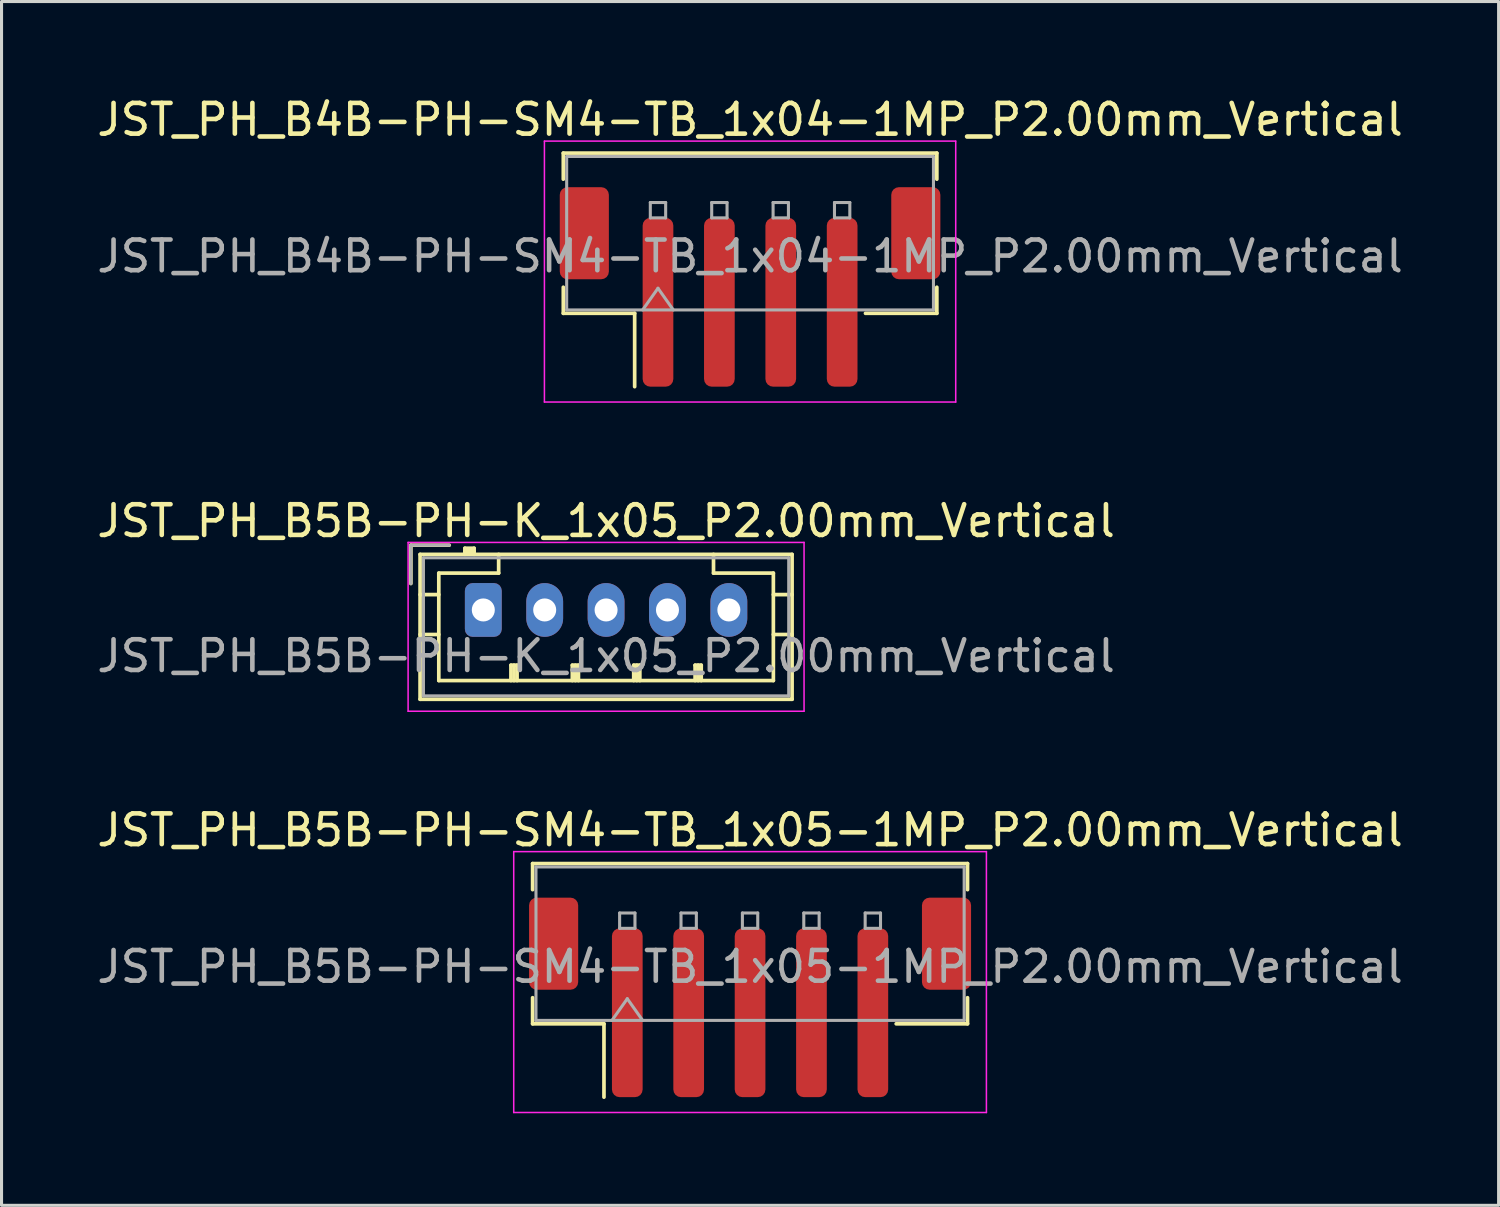
<source format=kicad_pcb>
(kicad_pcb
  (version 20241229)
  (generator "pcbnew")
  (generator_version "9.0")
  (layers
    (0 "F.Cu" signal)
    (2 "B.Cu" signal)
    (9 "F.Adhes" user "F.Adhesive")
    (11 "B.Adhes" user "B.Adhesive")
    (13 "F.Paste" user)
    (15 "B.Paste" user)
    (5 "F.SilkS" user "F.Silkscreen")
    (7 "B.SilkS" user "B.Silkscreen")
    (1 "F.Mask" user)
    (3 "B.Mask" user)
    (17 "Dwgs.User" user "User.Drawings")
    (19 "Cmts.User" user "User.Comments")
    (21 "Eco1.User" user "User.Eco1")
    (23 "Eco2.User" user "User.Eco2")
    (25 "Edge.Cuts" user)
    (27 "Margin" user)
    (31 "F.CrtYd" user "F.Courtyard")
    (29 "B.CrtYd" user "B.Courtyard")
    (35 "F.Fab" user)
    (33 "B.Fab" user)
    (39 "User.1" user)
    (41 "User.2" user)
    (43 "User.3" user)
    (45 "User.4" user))
  (footprint "JST_PH_B5B-PH-K_1x05_P2.00mm_Vertical"
    (layer "F.Cu")
    (at 12.696 16.822)
    (property "Reference" "JST_PH_B5B-PH-K_1x05_P2.00mm_Vertical" (at 4 -2.9 0) (layer "F.SilkS") (effects (font (size 1 1) (thickness 0.15))))
    (attr through_hole)
    (fp_line (start -2.36 -2.11) (end -2.36 -0.86) (stroke (width 0.12) (type solid)) (layer "F.SilkS"))
    (fp_line (start -2.06 -1.81) (end -2.06 2.91) (stroke (width 0.12) (type solid)) (layer "F.SilkS"))
    (fp_line (start -2.06 -0.5) (end -1.45 -0.5) (stroke (width 0.12) (type solid)) (layer "F.SilkS"))
    (fp_line (start -2.06 0.8) (end -1.45 0.8) (stroke (width 0.12) (type solid)) (layer "F.SilkS"))
    (fp_line (start -2.06 2.91) (end 10.06 2.91) (stroke (width 0.12) (type solid)) (layer "F.SilkS"))
    (fp_line (start -1.45 -1.2) (end -1.45 2.3) (stroke (width 0.12) (type solid)) (layer "F.SilkS"))
    (fp_line (start -1.45 2.3) (end 9.45 2.3) (stroke (width 0.12) (type solid)) (layer "F.SilkS"))
    (fp_line (start -1.11 -2.11) (end -2.36 -2.11) (stroke (width 0.12) (type solid)) (layer "F.SilkS"))
    (fp_line (start -0.6 -2.01) (end -0.6 -1.81) (stroke (width 0.12) (type solid)) (layer "F.SilkS"))
    (fp_line (start -0.3 -2.01) (end -0.6 -2.01) (stroke (width 0.12) (type solid)) (layer "F.SilkS"))
    (fp_line (start -0.3 -1.91) (end -0.6 -1.91) (stroke (width 0.12) (type solid)) (layer "F.SilkS"))
    (fp_line (start -0.3 -1.81) (end -0.3 -2.01) (stroke (width 0.12) (type solid)) (layer "F.SilkS"))
    (fp_line (start 0.5 -1.81) (end 0.5 -1.2) (stroke (width 0.12) (type solid)) (layer "F.SilkS"))
    (fp_line (start 0.5 -1.2) (end -1.45 -1.2) (stroke (width 0.12) (type solid)) (layer "F.SilkS"))
    (fp_line (start 0.9 1.8) (end 1.1 1.8) (stroke (width 0.12) (type solid)) (layer "F.SilkS"))
    (fp_line (start 0.9 2.3) (end 0.9 1.8) (stroke (width 0.12) (type solid)) (layer "F.SilkS"))
    (fp_line (start 1 2.3) (end 1 1.8) (stroke (width 0.12) (type solid)) (layer "F.SilkS"))
    (fp_line (start 1.1 1.8) (end 1.1 2.3) (stroke (width 0.12) (type solid)) (layer "F.SilkS"))
    (fp_line (start 2.9 1.8) (end 3.1 1.8) (stroke (width 0.12) (type solid)) (layer "F.SilkS"))
    (fp_line (start 2.9 2.3) (end 2.9 1.8) (stroke (width 0.12) (type solid)) (layer "F.SilkS"))
    (fp_line (start 3 2.3) (end 3 1.8) (stroke (width 0.12) (type solid)) (layer "F.SilkS"))
    (fp_line (start 3.1 1.8) (end 3.1 2.3) (stroke (width 0.12) (type solid)) (layer "F.SilkS"))
    (fp_line (start 4.9 1.8) (end 5.1 1.8) (stroke (width 0.12) (type solid)) (layer "F.SilkS"))
    (fp_line (start 4.9 2.3) (end 4.9 1.8) (stroke (width 0.12) (type solid)) (layer "F.SilkS"))
    (fp_line (start 5 2.3) (end 5 1.8) (stroke (width 0.12) (type solid)) (layer "F.SilkS"))
    (fp_line (start 5.1 1.8) (end 5.1 2.3) (stroke (width 0.12) (type solid)) (layer "F.SilkS"))
    (fp_line (start 6.9 1.8) (end 7.1 1.8) (stroke (width 0.12) (type solid)) (layer "F.SilkS"))
    (fp_line (start 6.9 2.3) (end 6.9 1.8) (stroke (width 0.12) (type solid)) (layer "F.SilkS"))
    (fp_line (start 7 2.3) (end 7 1.8) (stroke (width 0.12) (type solid)) (layer "F.SilkS"))
    (fp_line (start 7.1 1.8) (end 7.1 2.3) (stroke (width 0.12) (type solid)) (layer "F.SilkS"))
    (fp_line (start 7.5 -1.2) (end 7.5 -1.81) (stroke (width 0.12) (type solid)) (layer "F.SilkS"))
    (fp_line (start 9.45 -1.2) (end 7.5 -1.2) (stroke (width 0.12) (type solid)) (layer "F.SilkS"))
    (fp_line (start 9.45 2.3) (end 9.45 -1.2) (stroke (width 0.12) (type solid)) (layer "F.SilkS"))
    (fp_line (start 10.06 -1.81) (end -2.06 -1.81) (stroke (width 0.12) (type solid)) (layer "F.SilkS"))
    (fp_line (start 10.06 -0.5) (end 9.45 -0.5) (stroke (width 0.12) (type solid)) (layer "F.SilkS"))
    (fp_line (start 10.06 0.8) (end 9.45 0.8) (stroke (width 0.12) (type solid)) (layer "F.SilkS"))
    (fp_line (start 10.06 2.91) (end 10.06 -1.81) (stroke (width 0.12) (type solid)) (layer "F.SilkS"))
    (fp_line (start -2.45 -2.2) (end -2.45 3.3) (stroke (width 0.05) (type solid)) (layer "F.CrtYd"))
    (fp_line (start -2.45 3.3) (end 10.45 3.3) (stroke (width 0.05) (type solid)) (layer "F.CrtYd"))
    (fp_line (start 10.45 -2.2) (end -2.45 -2.2) (stroke (width 0.05) (type solid)) (layer "F.CrtYd"))
    (fp_line (start 10.45 3.3) (end 10.45 -2.2) (stroke (width 0.05) (type solid)) (layer "F.CrtYd"))
    (fp_line (start -2.36 -2.11) (end -2.36 -0.86) (stroke (width 0.1) (type solid)) (layer "F.Fab"))
    (fp_line (start -1.95 -1.7) (end -1.95 2.8) (stroke (width 0.1) (type solid)) (layer "F.Fab"))
    (fp_line (start -1.95 2.8) (end 9.95 2.8) (stroke (width 0.1) (type solid)) (layer "F.Fab"))
    (fp_line (start -1.11 -2.11) (end -2.36 -2.11) (stroke (width 0.1) (type solid)) (layer "F.Fab"))
    (fp_line (start 9.95 -1.7) (end -1.95 -1.7) (stroke (width 0.1) (type solid)) (layer "F.Fab"))
    (fp_line (start 9.95 2.8) (end 9.95 -1.7) (stroke (width 0.1) (type solid)) (layer "F.Fab"))
    (fp_text user "${REFERENCE}" (at 4 1.5 0) (layer "F.Fab") (effects (font (size 1 1) (thickness 0.15))))
    (pad "1" thru_hole roundrect (at 0 0) (size 1.2 1.75) (drill 0.75) (layers "*.Cu" "*.Mask") (roundrect_rratio 0.208))
    (pad "2" thru_hole oval (at 2 0) (size 1.2 1.75) (drill 0.75) (layers "*.Cu" "*.Mask"))
    (pad "3" thru_hole oval (at 4 0) (size 1.2 1.75) (drill 0.75) (layers "*.Cu" "*.Mask"))
    (pad "4" thru_hole oval (at 6 0) (size 1.2 1.75) (drill 0.75) (layers "*.Cu" "*.Mask"))
    (pad "5" thru_hole oval (at 8 0) (size 1.2 1.75) (drill 0.75) (layers "*.Cu" "*.Mask")))
  (footprint "JST_PH_B4B-PH-SM4-TB_1x04-1MP_P2.00mm_Vertical"
    (layer "F.Cu")
    (at 21.387 6.298)
    (property "Reference" "JST_PH_B4B-PH-SM4-TB_1x04-1MP_P2.00mm_Vertical" (at 0 -5.45 0) (layer "F.SilkS") (effects (font (size 1 1) (thickness 0.15))))
    (attr smd)
    (fp_line (start -6.085 -4.36) (end 6.085 -4.36) (stroke (width 0.12) (type solid)) (layer "F.SilkS"))
    (fp_line (start -6.085 -3.51) (end -6.085 -4.36) (stroke (width 0.12) (type solid)) (layer "F.SilkS"))
    (fp_line (start -6.085 0.01) (end -6.085 0.86) (stroke (width 0.12) (type solid)) (layer "F.SilkS"))
    (fp_line (start -6.085 0.86) (end -3.76 0.86) (stroke (width 0.12) (type solid)) (layer "F.SilkS"))
    (fp_line (start -3.76 0.86) (end -3.76 3.25) (stroke (width 0.12) (type solid)) (layer "F.SilkS"))
    (fp_line (start 6.085 -4.36) (end 6.085 -3.51) (stroke (width 0.12) (type solid)) (layer "F.SilkS"))
    (fp_line (start 6.085 0.01) (end 6.085 0.86) (stroke (width 0.12) (type solid)) (layer "F.SilkS"))
    (fp_line (start 6.085 0.86) (end 3.76 0.86) (stroke (width 0.12) (type solid)) (layer "F.SilkS"))
    (fp_line (start -6.7 -4.75) (end -6.7 3.75) (stroke (width 0.05) (type solid)) (layer "F.CrtYd"))
    (fp_line (start -6.7 3.75) (end 6.7 3.75) (stroke (width 0.05) (type solid)) (layer "F.CrtYd"))
    (fp_line (start 6.7 -4.75) (end -6.7 -4.75) (stroke (width 0.05) (type solid)) (layer "F.CrtYd"))
    (fp_line (start 6.7 3.75) (end 6.7 -4.75) (stroke (width 0.05) (type solid)) (layer "F.CrtYd"))
    (fp_line (start -5.975 -4.25) (end 5.975 -4.25) (stroke (width 0.1) (type solid)) (layer "F.Fab"))
    (fp_line (start -5.975 0.75) (end -5.975 -4.25) (stroke (width 0.1) (type solid)) (layer "F.Fab"))
    (fp_line (start -5.975 0.75) (end 5.975 0.75) (stroke (width 0.1) (type solid)) (layer "F.Fab"))
    (fp_line (start -3.5 0.75) (end -3 0.043) (stroke (width 0.1) (type solid)) (layer "F.Fab"))
    (fp_line (start -3.25 -2.75) (end -3.25 -2.25) (stroke (width 0.1) (type solid)) (layer "F.Fab"))
    (fp_line (start -3.25 -2.25) (end -2.75 -2.25) (stroke (width 0.1) (type solid)) (layer "F.Fab"))
    (fp_line (start -3 0.043) (end -2.5 0.75) (stroke (width 0.1) (type solid)) (layer "F.Fab"))
    (fp_line (start -2.75 -2.75) (end -3.25 -2.75) (stroke (width 0.1) (type solid)) (layer "F.Fab"))
    (fp_line (start -2.75 -2.25) (end -2.75 -2.75) (stroke (width 0.1) (type solid)) (layer "F.Fab"))
    (fp_line (start -1.25 -2.75) (end -1.25 -2.25) (stroke (width 0.1) (type solid)) (layer "F.Fab"))
    (fp_line (start -1.25 -2.25) (end -0.75 -2.25) (stroke (width 0.1) (type solid)) (layer "F.Fab"))
    (fp_line (start -0.75 -2.75) (end -1.25 -2.75) (stroke (width 0.1) (type solid)) (layer "F.Fab"))
    (fp_line (start -0.75 -2.25) (end -0.75 -2.75) (stroke (width 0.1) (type solid)) (layer "F.Fab"))
    (fp_line (start 0.75 -2.75) (end 0.75 -2.25) (stroke (width 0.1) (type solid)) (layer "F.Fab"))
    (fp_line (start 0.75 -2.25) (end 1.25 -2.25) (stroke (width 0.1) (type solid)) (layer "F.Fab"))
    (fp_line (start 1.25 -2.75) (end 0.75 -2.75) (stroke (width 0.1) (type solid)) (layer "F.Fab"))
    (fp_line (start 1.25 -2.25) (end 1.25 -2.75) (stroke (width 0.1) (type solid)) (layer "F.Fab"))
    (fp_line (start 2.75 -2.75) (end 2.75 -2.25) (stroke (width 0.1) (type solid)) (layer "F.Fab"))
    (fp_line (start 2.75 -2.25) (end 3.25 -2.25) (stroke (width 0.1) (type solid)) (layer "F.Fab"))
    (fp_line (start 3.25 -2.75) (end 2.75 -2.75) (stroke (width 0.1) (type solid)) (layer "F.Fab"))
    (fp_line (start 3.25 -2.25) (end 3.25 -2.75) (stroke (width 0.1) (type solid)) (layer "F.Fab"))
    (fp_line (start 5.975 0.75) (end 5.975 -4.25) (stroke (width 0.1) (type solid)) (layer "F.Fab"))
    (fp_text user "${REFERENCE}" (at 0 -1 0) (layer "F.Fab") (effects (font (size 1 1) (thickness 0.15))))
    (pad "1" smd roundrect (at -3 0.5) (size 1 5.5) (layers "F.Cu" "F.Mask" "F.Paste") (roundrect_rratio 0.25))
    (pad "2" smd roundrect (at -1 0.5) (size 1 5.5) (layers "F.Cu" "F.Mask" "F.Paste") (roundrect_rratio 0.25))
    (pad "3" smd roundrect (at 1 0.5) (size 1 5.5) (layers "F.Cu" "F.Mask" "F.Paste") (roundrect_rratio 0.25))
    (pad "4" smd roundrect (at 3 0.5) (size 1 5.5) (layers "F.Cu" "F.Mask" "F.Paste") (roundrect_rratio 0.25))
    (pad "MP" smd roundrect (at -5.4 -1.75) (size 1.6 3) (layers "F.Cu" "F.Mask" "F.Paste") (roundrect_rratio 0.156))
    (pad "MP" smd roundrect (at 5.4 -1.75) (size 1.6 3) (layers "F.Cu" "F.Mask" "F.Paste") (roundrect_rratio 0.156)))
  (footprint "JST_PH_B5B-PH-SM4-TB_1x05-1MP_P2.00mm_Vertical"
    (layer "F.Cu")
    (at 21.387 29.445)
    (property "Reference" "JST_PH_B5B-PH-SM4-TB_1x05-1MP_P2.00mm_Vertical" (at 0 -5.45 0) (layer "F.SilkS") (effects (font (size 1 1) (thickness 0.15))))
    (attr smd)
    (fp_line (start -7.085 -4.36) (end 7.085 -4.36) (stroke (width 0.12) (type solid)) (layer "F.SilkS"))
    (fp_line (start -7.085 -3.51) (end -7.085 -4.36) (stroke (width 0.12) (type solid)) (layer "F.SilkS"))
    (fp_line (start -7.085 0.01) (end -7.085 0.86) (stroke (width 0.12) (type solid)) (layer "F.SilkS"))
    (fp_line (start -7.085 0.86) (end -4.76 0.86) (stroke (width 0.12) (type solid)) (layer "F.SilkS"))
    (fp_line (start -4.76 0.86) (end -4.76 3.25) (stroke (width 0.12) (type solid)) (layer "F.SilkS"))
    (fp_line (start 7.085 -4.36) (end 7.085 -3.51) (stroke (width 0.12) (type solid)) (layer "F.SilkS"))
    (fp_line (start 7.085 0.01) (end 7.085 0.86) (stroke (width 0.12) (type solid)) (layer "F.SilkS"))
    (fp_line (start 7.085 0.86) (end 4.76 0.86) (stroke (width 0.12) (type solid)) (layer "F.SilkS"))
    (fp_line (start -7.7 -4.75) (end -7.7 3.75) (stroke (width 0.05) (type solid)) (layer "F.CrtYd"))
    (fp_line (start -7.7 3.75) (end 7.7 3.75) (stroke (width 0.05) (type solid)) (layer "F.CrtYd"))
    (fp_line (start 7.7 -4.75) (end -7.7 -4.75) (stroke (width 0.05) (type solid)) (layer "F.CrtYd"))
    (fp_line (start 7.7 3.75) (end 7.7 -4.75) (stroke (width 0.05) (type solid)) (layer "F.CrtYd"))
    (fp_line (start -6.975 -4.25) (end 6.975 -4.25) (stroke (width 0.1) (type solid)) (layer "F.Fab"))
    (fp_line (start -6.975 0.75) (end -6.975 -4.25) (stroke (width 0.1) (type solid)) (layer "F.Fab"))
    (fp_line (start -6.975 0.75) (end 6.975 0.75) (stroke (width 0.1) (type solid)) (layer "F.Fab"))
    (fp_line (start -4.5 0.75) (end -4 0.043) (stroke (width 0.1) (type solid)) (layer "F.Fab"))
    (fp_line (start -4.25 -2.75) (end -4.25 -2.25) (stroke (width 0.1) (type solid)) (layer "F.Fab"))
    (fp_line (start -4.25 -2.25) (end -3.75 -2.25) (stroke (width 0.1) (type solid)) (layer "F.Fab"))
    (fp_line (start -4 0.043) (end -3.5 0.75) (stroke (width 0.1) (type solid)) (layer "F.Fab"))
    (fp_line (start -3.75 -2.75) (end -4.25 -2.75) (stroke (width 0.1) (type solid)) (layer "F.Fab"))
    (fp_line (start -3.75 -2.25) (end -3.75 -2.75) (stroke (width 0.1) (type solid)) (layer "F.Fab"))
    (fp_line (start -2.25 -2.75) (end -2.25 -2.25) (stroke (width 0.1) (type solid)) (layer "F.Fab"))
    (fp_line (start -2.25 -2.25) (end -1.75 -2.25) (stroke (width 0.1) (type solid)) (layer "F.Fab"))
    (fp_line (start -1.75 -2.75) (end -2.25 -2.75) (stroke (width 0.1) (type solid)) (layer "F.Fab"))
    (fp_line (start -1.75 -2.25) (end -1.75 -2.75) (stroke (width 0.1) (type solid)) (layer "F.Fab"))
    (fp_line (start -0.25 -2.75) (end -0.25 -2.25) (stroke (width 0.1) (type solid)) (layer "F.Fab"))
    (fp_line (start -0.25 -2.25) (end 0.25 -2.25) (stroke (width 0.1) (type solid)) (layer "F.Fab"))
    (fp_line (start 0.25 -2.75) (end -0.25 -2.75) (stroke (width 0.1) (type solid)) (layer "F.Fab"))
    (fp_line (start 0.25 -2.25) (end 0.25 -2.75) (stroke (width 0.1) (type solid)) (layer "F.Fab"))
    (fp_line (start 1.75 -2.75) (end 1.75 -2.25) (stroke (width 0.1) (type solid)) (layer "F.Fab"))
    (fp_line (start 1.75 -2.25) (end 2.25 -2.25) (stroke (width 0.1) (type solid)) (layer "F.Fab"))
    (fp_line (start 2.25 -2.75) (end 1.75 -2.75) (stroke (width 0.1) (type solid)) (layer "F.Fab"))
    (fp_line (start 2.25 -2.25) (end 2.25 -2.75) (stroke (width 0.1) (type solid)) (layer "F.Fab"))
    (fp_line (start 3.75 -2.75) (end 3.75 -2.25) (stroke (width 0.1) (type solid)) (layer "F.Fab"))
    (fp_line (start 3.75 -2.25) (end 4.25 -2.25) (stroke (width 0.1) (type solid)) (layer "F.Fab"))
    (fp_line (start 4.25 -2.75) (end 3.75 -2.75) (stroke (width 0.1) (type solid)) (layer "F.Fab"))
    (fp_line (start 4.25 -2.25) (end 4.25 -2.75) (stroke (width 0.1) (type solid)) (layer "F.Fab"))
    (fp_line (start 6.975 0.75) (end 6.975 -4.25) (stroke (width 0.1) (type solid)) (layer "F.Fab"))
    (fp_text user "${REFERENCE}" (at 0 -1 0) (layer "F.Fab") (effects (font (size 1 1) (thickness 0.15))))
    (pad "1" smd roundrect (at -4 0.5) (size 1 5.5) (layers "F.Cu" "F.Mask" "F.Paste") (roundrect_rratio 0.25))
    (pad "2" smd roundrect (at -2 0.5) (size 1 5.5) (layers "F.Cu" "F.Mask" "F.Paste") (roundrect_rratio 0.25))
    (pad "3" smd roundrect (at 0 0.5) (size 1 5.5) (layers "F.Cu" "F.Mask" "F.Paste") (roundrect_rratio 0.25))
    (pad "4" smd roundrect (at 2 0.5) (size 1 5.5) (layers "F.Cu" "F.Mask" "F.Paste") (roundrect_rratio 0.25))
    (pad "5" smd roundrect (at 4 0.5) (size 1 5.5) (layers "F.Cu" "F.Mask" "F.Paste") (roundrect_rratio 0.25))
    (pad "MP" smd roundrect (at -6.4 -1.75) (size 1.6 3) (layers "F.Cu" "F.Mask" "F.Paste") (roundrect_rratio 0.156))
    (pad "MP" smd roundrect (at 6.4 -1.75) (size 1.6 3) (layers "F.Cu" "F.Mask" "F.Paste") (roundrect_rratio 0.156)))
  (gr_rect
    (start -3 -3)
    (end 45.774 36.22)
    (stroke (width 0.1) (type default))
    (fill no)
    (layer "Edge.Cuts")))
</source>
